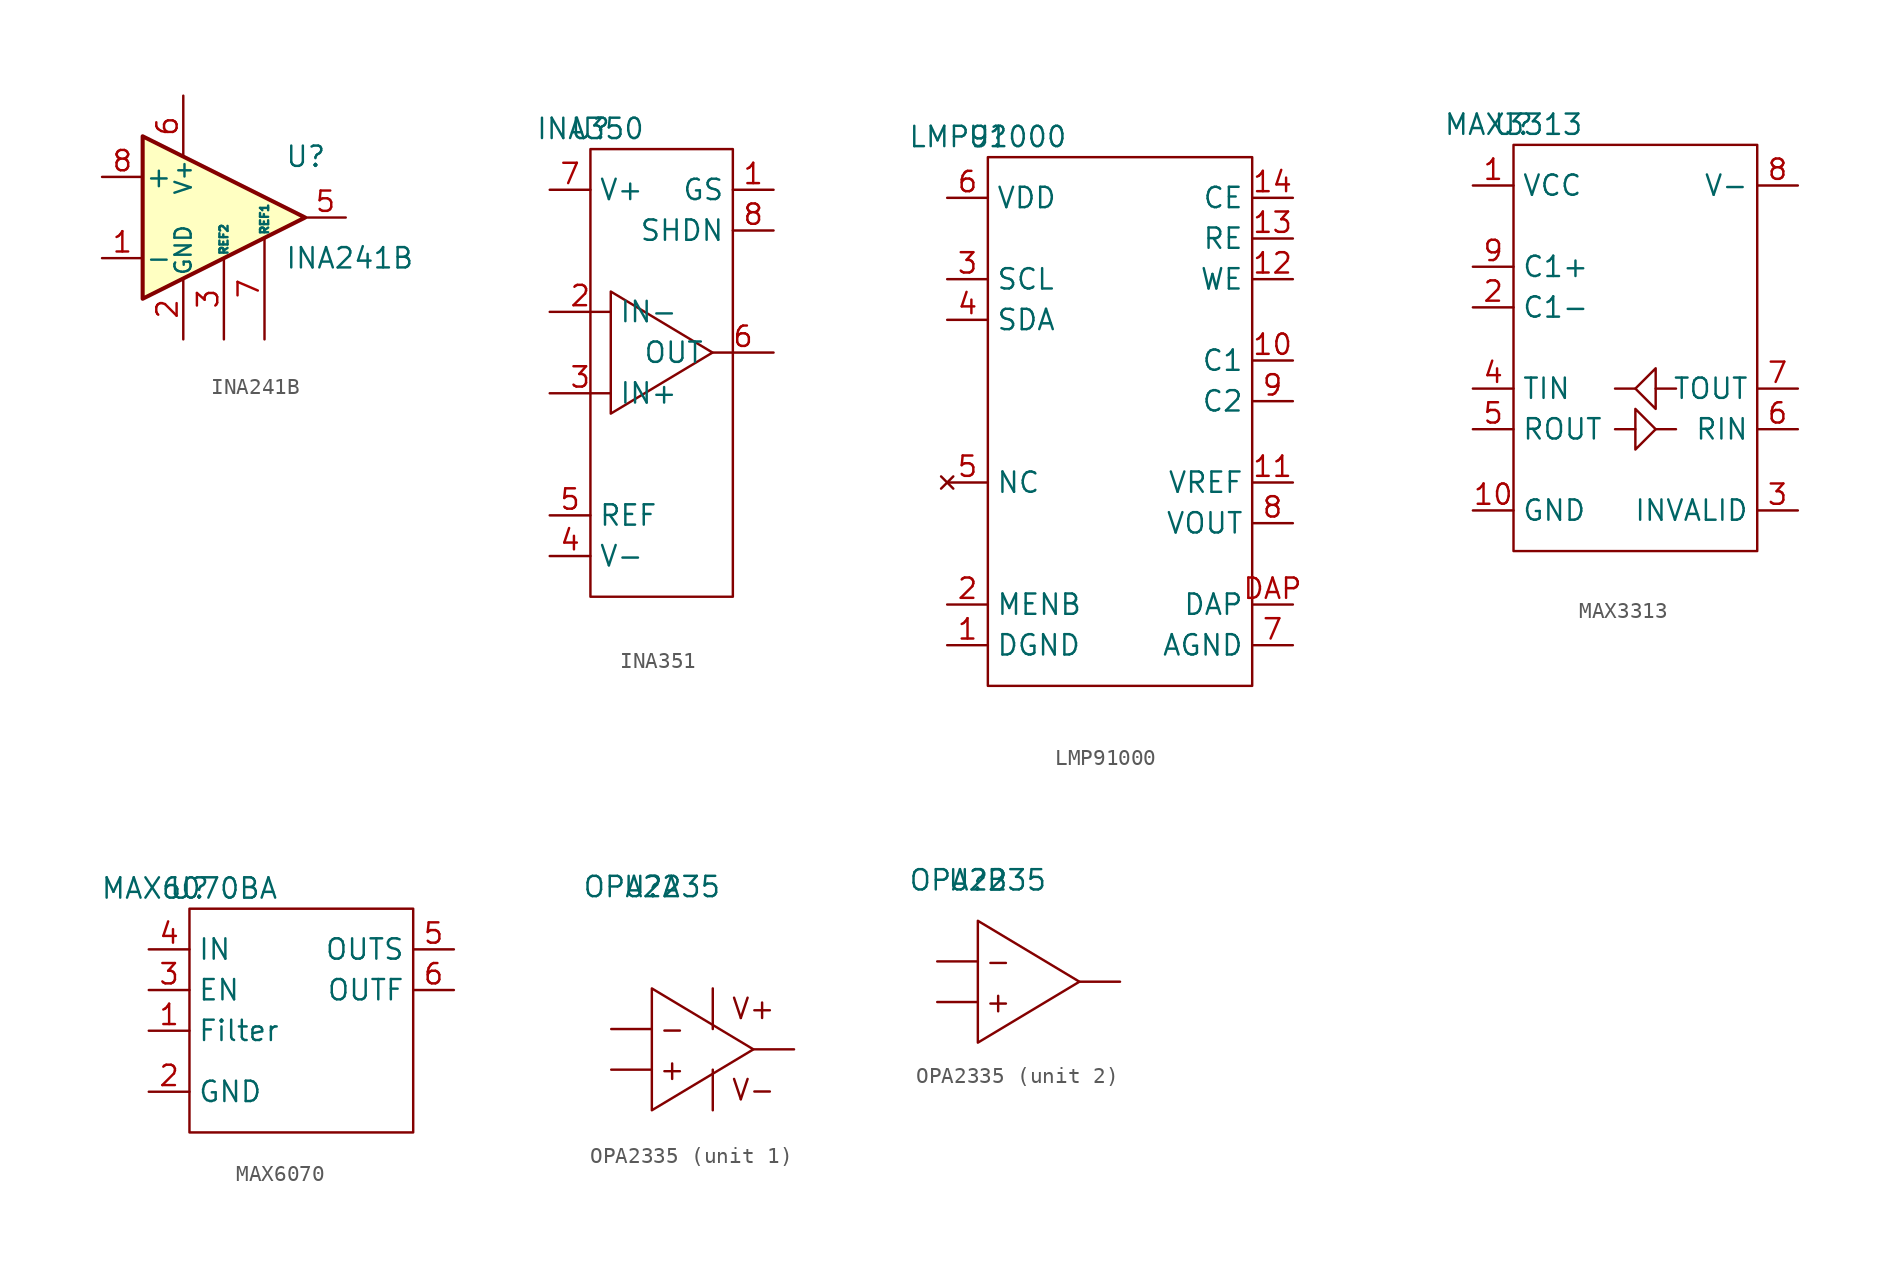
<source format=kicad_sym>
(kicad_symbol_lib
  (version 20220914)
  (generator kicad_symbol_editor)
  (symbol "INA241B"
    (pin_names
      (offset 0.127))
    (property "Reference" "U"
      (at 3.81 3.81 0)
      (effects (font (size 1.27 1.27)) (justify left)))
    (property "Value" "INA241B"
      (at 3.81 -2.54 0)
      (effects (font (size 1.27 1.27)) (justify left)))
    (symbol "INA241B_0_1"
      (polyline (pts (xy 5.08 0) (xy -5.08 5.08) (xy -5.08 -5.08) (xy 5.08 0)) (stroke (width 0.254) (type default)) (fill (type background))))
    (symbol "INA241B_1_1"
      (pin input line (at -7.62 -2.54 0) (length 2.54) (name "-" (effects (font (size 1.27 1.27)))) (number "1" (effects (font (size 1.27 1.27)))))
      (pin power_in line (at -2.54 -7.62 90) (length 3.81) (name "GND" (effects (font (size 1.016 1.016)))) (number "2" (effects (font (size 1.27 1.27)))))
      (pin passive line (at 0 -7.62 90) (length 5.08) (name "REF2" (effects (font (size 0.508 0.508)))) (number "3" (effects (font (size 1.27 1.27)))))
      (pin passive line (at -2.54 -7.62 90) (length 3.81) hide (name "GND" (effects (font (size 1.016 1.016)))) (number "4" (effects (font (size 1.27 1.27)))))
      (pin output line (at 7.62 0 180) (length 2.54) (name "~" (effects (font (size 1.27 1.27)))) (number "5" (effects (font (size 1.27 1.27)))))
      (pin power_in line (at -2.54 7.62 270) (length 3.81) (name "V+" (effects (font (size 1.016 1.016)))) (number "6" (effects (font (size 1.27 1.27)))))
      (pin passive line (at 2.54 -7.62 90) (length 6.35) (name "REF1" (effects (font (size 0.508 0.508)))) (number "7" (effects (font (size 1.27 1.27)))))
      (pin input line (at -7.62 2.54 0) (length 2.54) (name "+" (effects (font (size 1.27 1.27)))) (number "8" (effects (font (size 1.27 1.27)))))))
  (symbol "INA351"
    (property "Reference" "U"
      (at 0 0 0)
      (effects (font (size 1.27 1.27))))
    (property "Value" "INA350"
      (at 0 0 0)
      (effects (font (size 1.27 1.27))))
    (symbol "INA351_0_1"
      (rectangle (start 0 -1.27) (end 8.89 -29.21) (stroke (width 0) (type default)) (fill (type none)))
      (polyline (pts (xy 1.27 -10.16) (xy 1.27 -17.78) (xy 7.62 -13.97) (xy 1.27 -10.16)) (stroke (width 0) (type default)) (fill (type none))))
    (symbol "INA351_1_1"
      (pin input line (at 11.43 -3.81 180) (length 2.54) (name "GS" (effects (font (size 1.27 1.27)))) (number "1" (effects (font (size 1.27 1.27)))))
      (pin input line (at -2.54 -11.43 0) (length 3.81) (name "IN-" (effects (font (size 1.27 1.27)))) (number "2" (effects (font (size 1.27 1.27)))))
      (pin input line (at -2.54 -16.51 0) (length 3.81) (name "IN+" (effects (font (size 1.27 1.27)))) (number "3" (effects (font (size 1.27 1.27)))))
      (pin power_in line (at -2.54 -26.67 0) (length 2.54) (name "V-" (effects (font (size 1.27 1.27)))) (number "4" (effects (font (size 1.27 1.27)))))
      (pin input line (at -2.54 -24.13 0) (length 2.54) (name "REF" (effects (font (size 1.27 1.27)))) (number "5" (effects (font (size 1.27 1.27)))))
      (pin output line (at 11.43 -13.97 180) (length 3.81) (name "OUT" (effects (font (size 1.27 1.27)))) (number "6" (effects (font (size 1.27 1.27)))))
      (pin power_in line (at -2.54 -3.81 0) (length 2.54) (name "V+" (effects (font (size 1.27 1.27)))) (number "7" (effects (font (size 1.27 1.27)))))
      (pin input line (at 11.43 -6.35 180) (length 2.54) (name "SHDN" (effects (font (size 1.27 1.27)))) (number "8" (effects (font (size 1.27 1.27)))))))
  (symbol "LMP91000"
    (property "Reference" "U"
      (at 0 0 0)
      (effects (font (size 1.27 1.27))))
    (property "Value" "LMP91000"
      (at 0 0 0)
      (effects (font (size 1.27 1.27))))
    (symbol "LMP91000_0_1"
      (rectangle (start 0 -1.27) (end 16.51 -34.29) (stroke (width 0) (type default)) (fill (type none))))
    (symbol "LMP91000_1_1"
      (pin power_out line (at -2.54 -31.75 0) (length 2.54) (name "DGND" (effects (font (size 1.27 1.27)))) (number "1" (effects (font (size 1.27 1.27)))))
      (pin unspecified line (at 19.05 -13.97 180) (length 2.54) (name "C1" (effects (font (size 1.27 1.27)))) (number "10" (effects (font (size 1.27 1.27)))))
      (pin power_in line (at 19.05 -21.59 180) (length 2.54) (name "VREF" (effects (font (size 1.27 1.27)))) (number "11" (effects (font (size 1.27 1.27)))))
      (pin input line (at 19.05 -8.89 180) (length 2.54) (name "WE" (effects (font (size 1.27 1.27)))) (number "12" (effects (font (size 1.27 1.27)))))
      (pin input line (at 19.05 -6.35 180) (length 2.54) (name "RE" (effects (font (size 1.27 1.27)))) (number "13" (effects (font (size 1.27 1.27)))))
      (pin input line (at 19.05 -3.81 180) (length 2.54) (name "CE" (effects (font (size 1.27 1.27)))) (number "14" (effects (font (size 1.27 1.27)))))
      (pin input line (at -2.54 -29.21 0) (length 2.54) (name "MENB" (effects (font (size 1.27 1.27)))) (number "2" (effects (font (size 1.27 1.27)))))
      (pin input line (at -2.54 -8.89 0) (length 2.54) (name "SCL" (effects (font (size 1.27 1.27)))) (number "3" (effects (font (size 1.27 1.27)))))
      (pin bidirectional line (at -2.54 -11.43 0) (length 2.54) (name "SDA" (effects (font (size 1.27 1.27)))) (number "4" (effects (font (size 1.27 1.27)))))
      (pin no_connect line (at -2.54 -21.59 0) (length 2.54) (name "NC" (effects (font (size 1.27 1.27)))) (number "5" (effects (font (size 1.27 1.27)))))
      (pin power_in line (at -2.54 -3.81 0) (length 2.54) (name "VDD" (effects (font (size 1.27 1.27)))) (number "6" (effects (font (size 1.27 1.27)))))
      (pin power_out line (at 19.05 -31.75 180) (length 2.54) (name "AGND" (effects (font (size 1.27 1.27)))) (number "7" (effects (font (size 1.27 1.27)))))
      (pin output line (at 19.05 -24.13 180) (length 2.54) (name "VOUT" (effects (font (size 1.27 1.27)))) (number "8" (effects (font (size 1.27 1.27)))))
      (pin unspecified line (at 19.05 -16.51 180) (length 2.54) (name "C2" (effects (font (size 1.27 1.27)))) (number "9" (effects (font (size 1.27 1.27)))))
      (pin unspecified line (at 19.05 -29.21 180) (length 2.54) (name "DAP" (effects (font (size 1.27 1.27)))) (number "DAP" (effects (font (size 1.27 1.27)))))))
  (symbol "MAX3313"
    (property "Reference" "U"
      (at 0 0 0)
      (effects (font (size 1.27 1.27))))
    (property "Value" "MAX3313"
      (at 0 0 0)
      (effects (font (size 1.27 1.27))))
    (symbol "MAX3313_0_1"
      (rectangle (start 0 -1.27) (end 15.24 -26.67) (stroke (width 0) (type default)) (fill (type none)))
      (polyline (pts (xy 6.35 -19.05) (xy 7.62 -19.05)) (stroke (width 0) (type default)) (fill (type none)))
      (polyline (pts (xy 7.62 -16.51) (xy 6.35 -16.51)) (stroke (width 0) (type default)) (fill (type none)))
      (polyline (pts (xy 8.89 -19.05) (xy 10.16 -19.05)) (stroke (width 0) (type default)) (fill (type none)))
      (polyline (pts (xy 8.89 -16.51) (xy 10.16 -16.51)) (stroke (width 0) (type default)) (fill (type none)))
      (polyline (pts (xy 7.62 -17.78) (xy 7.62 -20.32) (xy 8.89 -19.05) (xy 7.62 -17.78)) (stroke (width 0) (type default)) (fill (type none)))
      (polyline (pts (xy 8.89 -17.78) (xy 8.89 -15.24) (xy 7.62 -16.51) (xy 8.89 -17.78)) (stroke (width 0) (type default)) (fill (type none))))
    (symbol "MAX3313_1_1"
      (pin power_in line (at -2.54 -3.81 0) (length 2.54) (name "VCC" (effects (font (size 1.27 1.27)))) (number "1" (effects (font (size 1.27 1.27)))))
      (pin power_out line (at -2.54 -24.13 0) (length 2.54) (name "GND" (effects (font (size 1.27 1.27)))) (number "10" (effects (font (size 1.27 1.27)))))
      (pin power_in line (at -2.54 -11.43 0) (length 2.54) (name "C1-" (effects (font (size 1.27 1.27)))) (number "2" (effects (font (size 1.27 1.27)))))
      (pin output line (at 17.78 -24.13 180) (length 2.54) (name "INVALID" (effects (font (size 1.27 1.27)))) (number "3" (effects (font (size 1.27 1.27)))))
      (pin input line (at -2.54 -16.51 0) (length 2.54) (name "TIN" (effects (font (size 1.27 1.27)))) (number "4" (effects (font (size 1.27 1.27)))))
      (pin output line (at -2.54 -19.05 0) (length 2.54) (name "ROUT" (effects (font (size 1.27 1.27)))) (number "5" (effects (font (size 1.27 1.27)))))
      (pin input line (at 17.78 -19.05 180) (length 2.54) (name "RIN" (effects (font (size 1.27 1.27)))) (number "6" (effects (font (size 1.27 1.27)))))
      (pin output line (at 17.78 -16.51 180) (length 2.54) (name "TOUT" (effects (font (size 1.27 1.27)))) (number "7" (effects (font (size 1.27 1.27)))))
      (pin power_out line (at 17.78 -3.81 180) (length 2.54) (name "V-" (effects (font (size 1.27 1.27)))) (number "8" (effects (font (size 1.27 1.27)))))
      (pin power_out line (at -2.54 -8.89 0) (length 2.54) (name "C1+" (effects (font (size 1.27 1.27)))) (number "9" (effects (font (size 1.27 1.27)))))))
  (symbol "MAX6070"
    (property "Reference" "U"
      (at 0 0 0)
      (effects (font (size 1.27 1.27))))
    (property "Value" "MAX6070BA"
      (at 0 0 0)
      (effects (font (size 1.27 1.27))))
    (symbol "MAX6070_0_1"
      (rectangle (start 0 -1.27) (end 13.97 -15.24) (stroke (width 0) (type default)) (fill (type none))))
    (symbol "MAX6070_1_1"
      (pin unspecified line (at -2.54 -8.89 0) (length 2.54) (name "Filter" (effects (font (size 1.27 1.27)))) (number "1" (effects (font (size 1.27 1.27)))))
      (pin power_out line (at -2.54 -12.7 0) (length 2.54) (name "GND" (effects (font (size 1.27 1.27)))) (number "2" (effects (font (size 1.27 1.27)))))
      (pin input line (at -2.54 -6.35 0) (length 2.54) (name "EN" (effects (font (size 1.27 1.27)))) (number "3" (effects (font (size 1.27 1.27)))))
      (pin power_in line (at -2.54 -3.81 0) (length 2.54) (name "IN" (effects (font (size 1.27 1.27)))) (number "4" (effects (font (size 1.27 1.27)))))
      (pin input line (at 16.51 -3.81 180) (length 2.54) (name "OUTS" (effects (font (size 1.27 1.27)))) (number "5" (effects (font (size 1.27 1.27)))))
      (pin power_out line (at 16.51 -6.35 180) (length 2.54) (name "OUTF" (effects (font (size 1.27 1.27)))) (number "6" (effects (font (size 1.27 1.27)))))))
  (symbol "OPA2335"
    (pin_numbers hide)
    (pin_names
      (offset 0) hide)
    (property "Reference" "U"
      (at 0 0 0)
      (effects (font (size 1.27 1.27))))
    (property "Value" "OPA2235"
      (at 0 0 0)
      (effects (font (size 1.27 1.27))))
    (property "ki_locked" ""
      (at 0 0 0)
      (effects (font (size 1.27 1.27))))
    (symbol "OPA2335_1_1"
      (polyline (pts (xy 0 -6.35) (xy 0 -13.97) (xy 6.35 -10.16) (xy 0 -6.35)) (stroke (width 0) (type default)) (fill (type none)))
      (text "+" (at 1.27 -11.43 0) (effects (font (size 1.27 1.27))))
      (text "-" (at 1.27 -8.89 0) (effects (font (size 1.27 1.27))))
      (text "V+" (at 6.35 -7.62 0) (effects (font (size 1.27 1.27))))
      (text "V-" (at 6.35 -12.7 0) (effects (font (size 1.27 1.27))))
      (pin output line (at 8.89 -10.16 180) (length 2.54) (name "OUT" (effects (font (size 1.27 1.27)))) (number "1" (effects (font (size 1.27 1.27)))))
      (pin input line (at -2.54 -8.89 0) (length 2.54) (name "IN-" (effects (font (size 1.27 1.27)))) (number "2" (effects (font (size 1.27 1.27)))))
      (pin input line (at -2.54 -11.43 0) (length 2.54) (name "IN+" (effects (font (size 1.27 1.27)))) (number "3" (effects (font (size 1.27 1.27)))))
      (pin power_in line (at 3.81 -6.35 270) (length 2.54) (name "V-" (effects (font (size 1.27 1.27)))) (number "4" (effects (font (size 1.27 1.27)))))
      (pin power_in line (at 3.81 -13.97 90) (length 2.54) (name "V+" (effects (font (size 1.27 1.27)))) (number "8" (effects (font (size 1.27 1.27))))))
    (symbol "OPA2335_2_1"
      (polyline (pts (xy 0 -2.54) (xy 0 -10.16) (xy 6.35 -6.35) (xy 0 -2.54)) (stroke (width 0) (type default)) (fill (type none)))
      (text "+" (at 1.27 -7.62 0) (effects (font (size 1.27 1.27))))
      (text "-" (at 1.27 -5.08 0) (effects (font (size 1.27 1.27))))
      (pin input line (at -2.54 -7.62 0) (length 2.54) (name "IN+" (effects (font (size 1.27 1.27)))) (number "5" (effects (font (size 1.27 1.27)))))
      (pin input line (at -2.54 -5.08 0) (length 2.54) (name "IN-" (effects (font (size 1.27 1.27)))) (number "6" (effects (font (size 1.27 1.27)))))
      (pin output line (at 8.89 -6.35 180) (length 2.54) (name "OUT" (effects (font (size 1.27 1.27)))) (number "7" (effects (font (size 1.27 1.27))))))))
</source>
